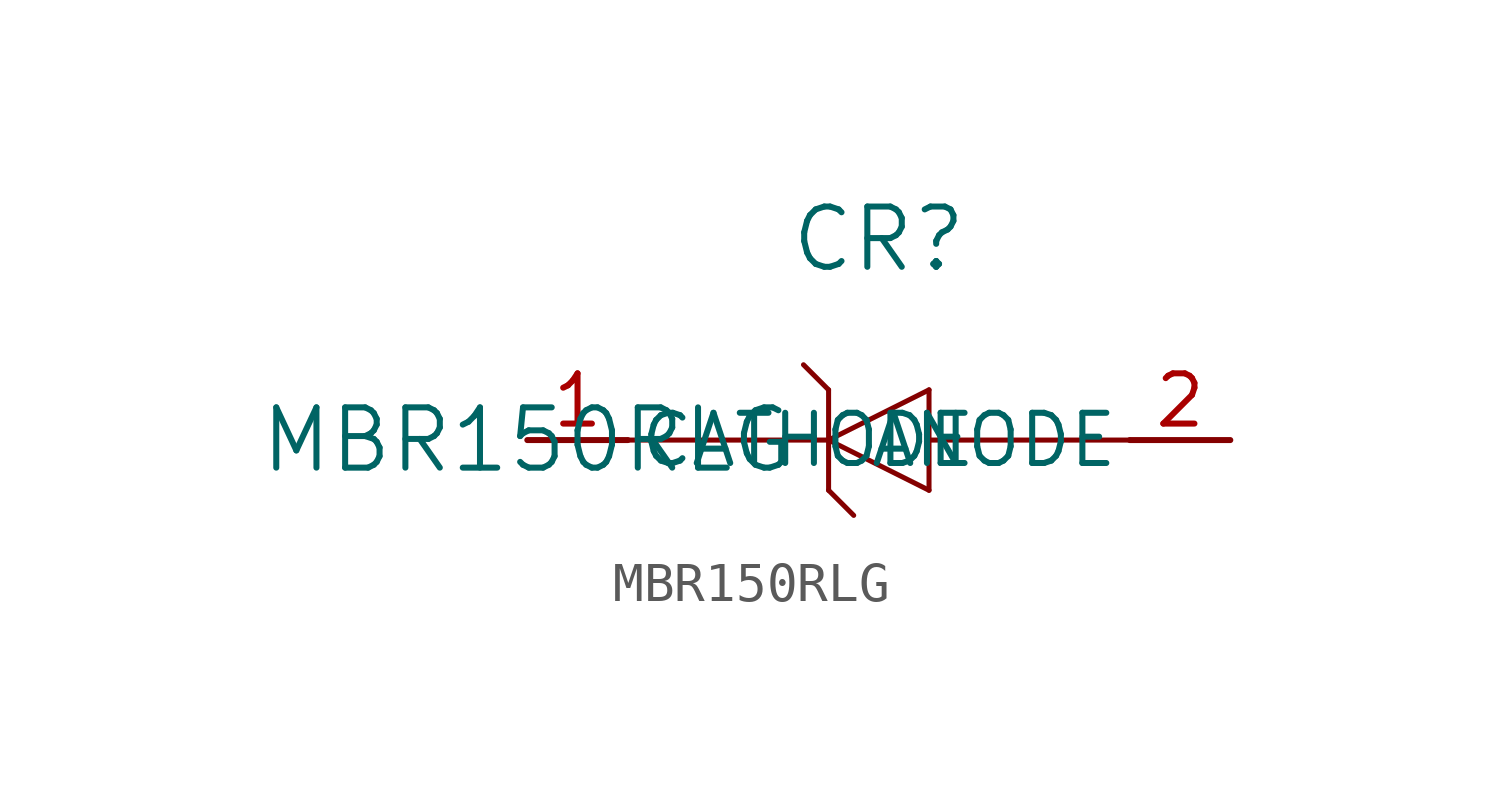
<source format=kicad_sym>
(kicad_symbol_lib
  (version 20211014)
  (generator kicad_symbol_editor)
  (symbol "MBR150RLG"
    (pin_names
      (offset 0.254))
    (property "Reference" "CR"
      (at 8.89 5.08 0)
      (effects (font (size 1.524 1.524))))
    (property "Value" "MBR150RLG"
      (at 0 0 0)
      (effects (font (size 1.524 1.524))))
    (property "ki_locked" ""
      (at 0 0 0)
      (effects (font (size 1.27 1.27))))
    (symbol "MBR150RLG_0_1"
      (polyline (pts (xy 2.54 0) (xy 7.62 0)) (stroke (width 0.127) (type default) (color 0 0 0 0)) (fill (type none)))
      (polyline (pts (xy 7.62 -1.27) (xy 7.62 1.27)) (stroke (width 0.127) (type default) (color 0 0 0 0)) (fill (type none)))
      (polyline (pts (xy 7.62 -1.27) (xy 8.255 -1.905)) (stroke (width 0.127) (type default) (color 0 0 0 0)) (fill (type none)))
      (polyline (pts (xy 7.62 1.27) (xy 6.985 1.905)) (stroke (width 0.127) (type default) (color 0 0 0 0)) (fill (type none)))
      (polyline (pts (xy 10.16 -1.27) (xy 7.62 0)) (stroke (width 0.127) (type default) (color 0 0 0 0)) (fill (type none)))
      (polyline (pts (xy 10.16 -1.27) (xy 10.16 1.27)) (stroke (width 0.127) (type default) (color 0 0 0 0)) (fill (type none)))
      (polyline (pts (xy 10.16 1.27) (xy 7.62 0)) (stroke (width 0.127) (type default) (color 0 0 0 0)) (fill (type none)))
      (polyline (pts (xy 15.24 0) (xy 10.16 0)) (stroke (width 0.127) (type default) (color 0 0 0 0)) (fill (type none)))
      (pin unspecified line (at 0 0 0) (length 2.54) (name "CATHODE" (effects (font (size 1.27 1.27)))) (number "1" (effects (font (size 1.27 1.27)))))
      (pin unspecified line (at 17.78 0 180) (length 2.54) (name "ANODE" (effects (font (size 1.27 1.27)))) (number "2" (effects (font (size 1.27 1.27))))))))
</source>
